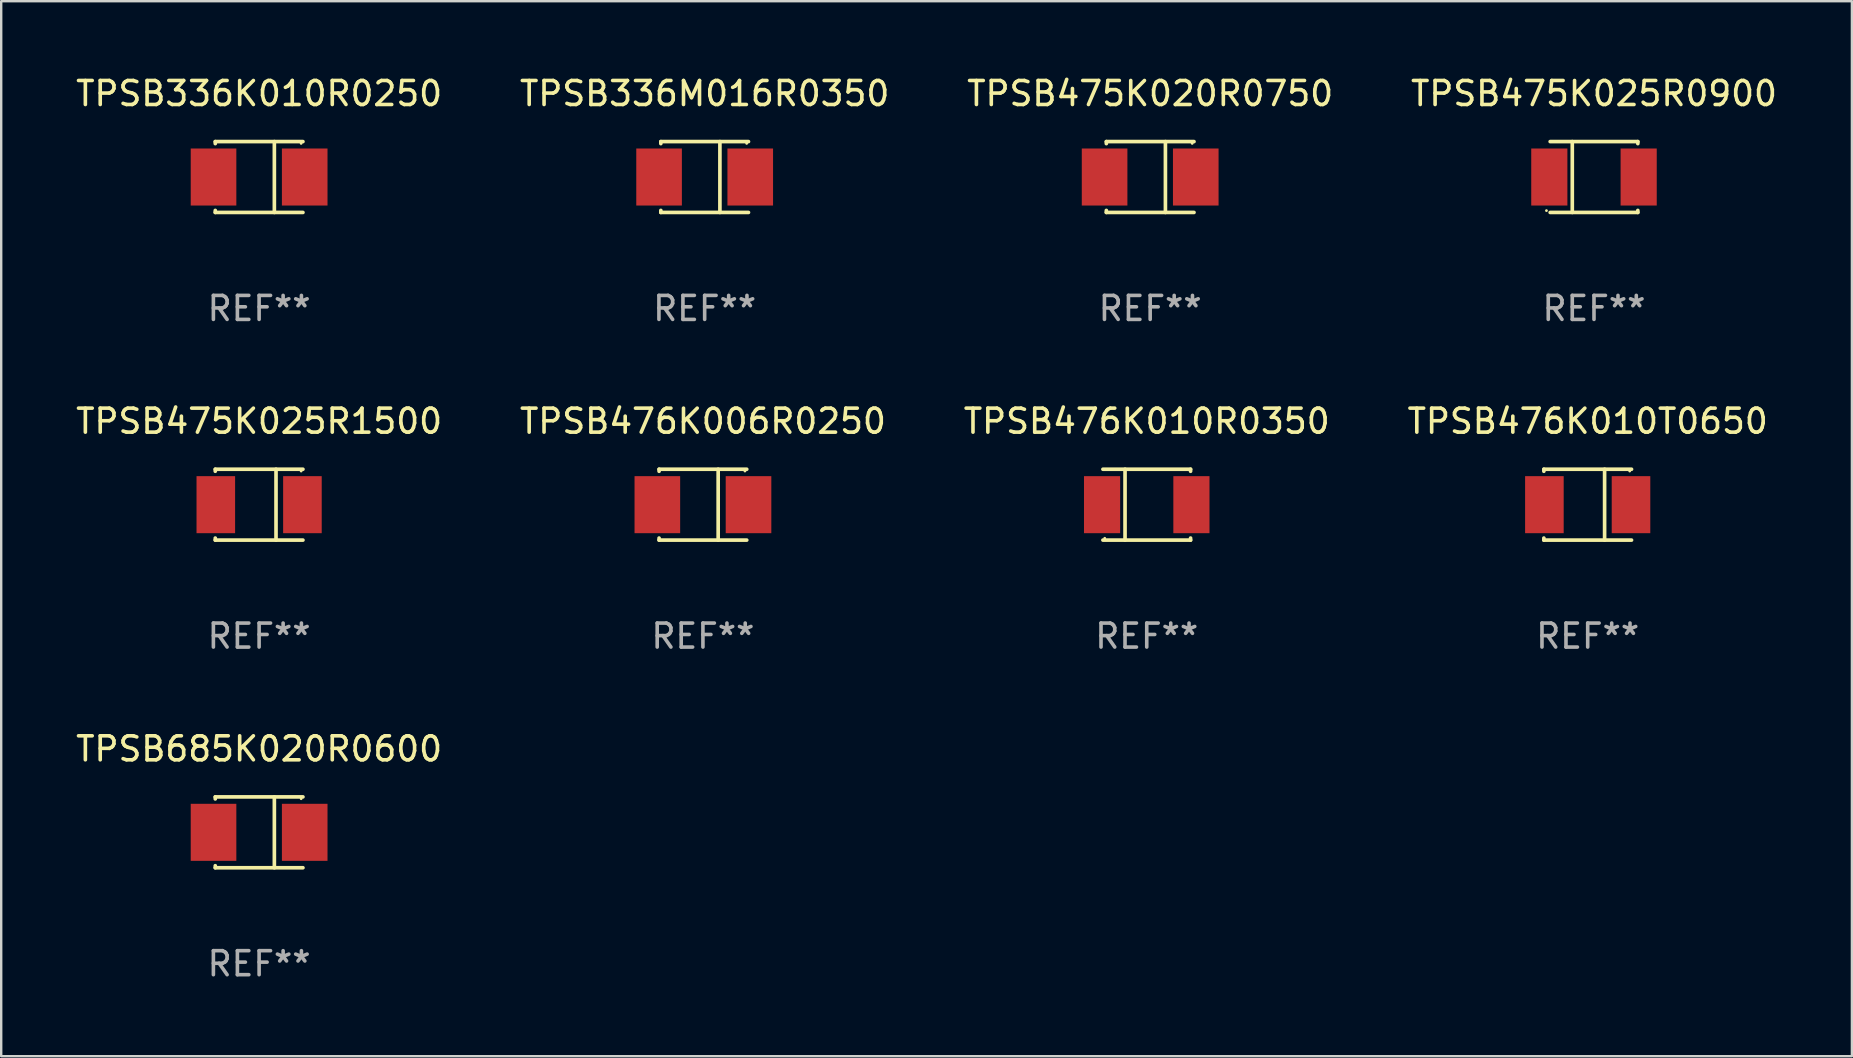
<source format=kicad_pcb>
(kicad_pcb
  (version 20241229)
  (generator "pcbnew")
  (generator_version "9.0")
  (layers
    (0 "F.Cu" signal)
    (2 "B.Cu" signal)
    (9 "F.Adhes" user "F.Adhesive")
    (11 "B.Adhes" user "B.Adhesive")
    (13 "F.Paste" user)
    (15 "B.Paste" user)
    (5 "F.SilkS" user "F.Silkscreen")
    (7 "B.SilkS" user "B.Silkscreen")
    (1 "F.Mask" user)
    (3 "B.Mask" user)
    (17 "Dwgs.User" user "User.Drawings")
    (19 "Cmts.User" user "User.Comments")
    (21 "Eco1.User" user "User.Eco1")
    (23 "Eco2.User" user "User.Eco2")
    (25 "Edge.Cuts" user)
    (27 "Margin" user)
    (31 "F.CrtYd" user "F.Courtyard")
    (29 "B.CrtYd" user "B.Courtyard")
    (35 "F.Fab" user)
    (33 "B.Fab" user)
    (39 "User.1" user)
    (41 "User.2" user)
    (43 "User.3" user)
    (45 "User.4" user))
  (footprint "TPSB336M016R0350"
    (layer "F.Cu")
    (at 26.304 4.324)
    (property "Reference" "TPSB336M016R0350" (at 0 -3.476 0) (layer "F.SilkS") (effects (font (size 1 1) (thickness 0.15))))
    (attr through_hole)
    (fp_line (start -1.826 -1.476) (end -1.826 -1.391) (stroke (width 0.152) (type solid)) (layer "F.SilkS"))
    (fp_line (start -1.826 -1.476) (end 1.826 -1.476) (stroke (width 0.152) (type solid)) (layer "F.SilkS"))
    (fp_line (start -1.826 1.476) (end -1.826 1.391) (stroke (width 0.152) (type solid)) (layer "F.SilkS"))
    (fp_line (start -1.826 1.476) (end 1.826 1.476) (stroke (width 0.152) (type solid)) (layer "F.SilkS"))
    (fp_line (start 0.635 -1.476) (end 0.635 1.476) (stroke (width 0.152) (type solid)) (layer "F.SilkS"))
    (fp_circle (center 1.75 -1.4) (end 1.78 -1.4) (stroke (width 0.06) (type solid)) (fill no) (layer "F.SilkS"))
    (fp_text user "REF**" (at 0 5.476 0) (layer "F.Fab") (effects (font (size 1 1) (thickness 0.15))))
    (pad "1" smd rect (at 1.899 0) (size 1.9 2.376) (layers "F.Cu" "F.Mask" "F.Paste"))
    (pad "2" smd rect (at -1.899 0) (size 1.9 2.376) (layers "F.Cu" "F.Mask" "F.Paste")))
  (footprint "TPSB475K020R0750"
    (layer "F.Cu")
    (at 44.863 4.324)
    (property "Reference" "TPSB475K020R0750" (at 0 -3.476 0) (layer "F.SilkS") (effects (font (size 1 1) (thickness 0.15))))
    (attr through_hole)
    (fp_line (start -1.826 -1.476) (end -1.826 -1.391) (stroke (width 0.152) (type solid)) (layer "F.SilkS"))
    (fp_line (start -1.826 -1.476) (end 1.826 -1.476) (stroke (width 0.152) (type solid)) (layer "F.SilkS"))
    (fp_line (start -1.826 1.476) (end -1.826 1.391) (stroke (width 0.152) (type solid)) (layer "F.SilkS"))
    (fp_line (start -1.826 1.476) (end 1.826 1.476) (stroke (width 0.152) (type solid)) (layer "F.SilkS"))
    (fp_line (start 0.635 -1.476) (end 0.635 1.476) (stroke (width 0.152) (type solid)) (layer "F.SilkS"))
    (fp_circle (center 1.75 -1.4) (end 1.78 -1.4) (stroke (width 0.06) (type solid)) (fill no) (layer "F.SilkS"))
    (fp_text user "REF**" (at 0 5.476 0) (layer "F.Fab") (effects (font (size 1 1) (thickness 0.15))))
    (pad "1" smd rect (at 1.899 0) (size 1.9 2.376) (layers "F.Cu" "F.Mask" "F.Paste"))
    (pad "2" smd rect (at -1.899 0) (size 1.9 2.376) (layers "F.Cu" "F.Mask" "F.Paste")))
  (footprint "TPSB476K006R0250"
    (layer "F.Cu")
    (at 26.232 17.973)
    (property "Reference" "TPSB476K006R0250" (at 0 -3.476 0) (layer "F.SilkS") (effects (font (size 1 1) (thickness 0.15))))
    (attr through_hole)
    (fp_line (start -1.826 -1.476) (end -1.826 -1.391) (stroke (width 0.152) (type solid)) (layer "F.SilkS"))
    (fp_line (start -1.826 -1.476) (end 1.826 -1.476) (stroke (width 0.152) (type solid)) (layer "F.SilkS"))
    (fp_line (start -1.826 1.476) (end -1.826 1.391) (stroke (width 0.152) (type solid)) (layer "F.SilkS"))
    (fp_line (start -1.826 1.476) (end 1.826 1.476) (stroke (width 0.152) (type solid)) (layer "F.SilkS"))
    (fp_line (start 0.635 -1.476) (end 0.635 1.476) (stroke (width 0.152) (type solid)) (layer "F.SilkS"))
    (fp_circle (center 1.75 -1.4) (end 1.78 -1.4) (stroke (width 0.06) (type solid)) (fill no) (layer "F.SilkS"))
    (fp_text user "REF**" (at 0 5.476 0) (layer "F.Fab") (effects (font (size 1 1) (thickness 0.15))))
    (pad "1" smd rect (at 1.899 0) (size 1.9 2.376) (layers "F.Cu" "F.Mask" "F.Paste"))
    (pad "2" smd rect (at -1.899 0) (size 1.9 2.376) (layers "F.Cu" "F.Mask" "F.Paste")))
  (footprint "TPSB476K010R0350"
    (layer "F.Cu")
    (at 44.72 17.973)
    (property "Reference" "TPSB476K010R0350" (at 0 -3.476 0) (layer "F.SilkS") (effects (font (size 1 1) (thickness 0.15))))
    (attr through_hole)
    (fp_line (start -0.904 1.476) (end -0.904 -1.476) (stroke (width 0.152) (type solid)) (layer "F.SilkS"))
    (fp_line (start 1.826 -1.476) (end -1.826 -1.476) (stroke (width 0.152) (type solid)) (layer "F.SilkS"))
    (fp_line (start 1.826 -1.476) (end 1.826 -1.391) (stroke (width 0.152) (type solid)) (layer "F.SilkS"))
    (fp_line (start 1.826 1.476) (end -1.826 1.476) (stroke (width 0.152) (type solid)) (layer "F.SilkS"))
    (fp_line (start 1.826 1.476) (end 1.826 1.391) (stroke (width 0.152) (type solid)) (layer "F.SilkS"))
    (fp_circle (center -1.75 1.4) (end -1.72 1.4) (stroke (width 0.06) (type solid)) (fill no) (layer "F.SilkS"))
    (fp_text user "REF**" (at 0 5.476 0) (layer "F.Fab") (effects (font (size 1 1) (thickness 0.15))))
    (pad "1" smd rect (at -1.861 0.000102 180) (size 1.506 2.376) (layers "F.Cu" "F.Mask" "F.Paste"))
    (pad "2" smd rect (at 1.861 0.000102 180) (size 1.506 2.376) (layers "F.Cu" "F.Mask" "F.Paste")))
  (footprint "TPSB475K025R0900"
    (layer "F.Cu")
    (at 63.351 4.324)
    (property "Reference" "TPSB475K025R0900" (at 0 -3.476 0) (layer "F.SilkS") (effects (font (size 1 1) (thickness 0.15))))
    (attr through_hole)
    (fp_line (start -0.904 1.476) (end -0.904 -1.476) (stroke (width 0.152) (type solid)) (layer "F.SilkS"))
    (fp_line (start 1.826 -1.476) (end -1.826 -1.476) (stroke (width 0.152) (type solid)) (layer "F.SilkS"))
    (fp_line (start 1.826 -1.476) (end 1.826 -1.391) (stroke (width 0.152) (type solid)) (layer "F.SilkS"))
    (fp_line (start 1.826 1.476) (end -1.826 1.476) (stroke (width 0.152) (type solid)) (layer "F.SilkS"))
    (fp_line (start 1.826 1.476) (end 1.826 1.391) (stroke (width 0.152) (type solid)) (layer "F.SilkS"))
    (fp_circle (center -1.98 1.4) (end -1.95 1.4) (stroke (width 0.06) (type solid)) (fill no) (layer "F.SilkS"))
    (fp_text user "REF**" (at 0 5.476 0) (layer "F.Fab") (effects (font (size 1 1) (thickness 0.15))))
    (pad "1" smd rect (at -1.861 0 180) (size 1.506 2.376) (layers "F.Cu" "F.Mask" "F.Paste"))
    (pad "2" smd rect (at 1.861 0 180) (size 1.506 2.376) (layers "F.Cu" "F.Mask" "F.Paste")))
  (footprint "TPSB685K020R0600"
    (layer "F.Cu")
    (at 7.744 31.622)
    (property "Reference" "TPSB685K020R0600" (at 0 -3.476 0) (layer "F.SilkS") (effects (font (size 1 1) (thickness 0.15))))
    (attr through_hole)
    (fp_line (start -1.826 -1.476) (end -1.826 -1.391) (stroke (width 0.152) (type solid)) (layer "F.SilkS"))
    (fp_line (start -1.826 -1.476) (end 1.826 -1.476) (stroke (width 0.152) (type solid)) (layer "F.SilkS"))
    (fp_line (start -1.826 1.476) (end -1.826 1.391) (stroke (width 0.152) (type solid)) (layer "F.SilkS"))
    (fp_line (start -1.826 1.476) (end 1.826 1.476) (stroke (width 0.152) (type solid)) (layer "F.SilkS"))
    (fp_line (start 0.635 -1.476) (end 0.635 1.476) (stroke (width 0.152) (type solid)) (layer "F.SilkS"))
    (fp_circle (center 1.75 -1.4) (end 1.78 -1.4) (stroke (width 0.06) (type solid)) (fill no) (layer "F.SilkS"))
    (fp_text user "REF**" (at 0 5.476 0) (layer "F.Fab") (effects (font (size 1 1) (thickness 0.15))))
    (pad "1" smd rect (at 1.899 0) (size 1.9 2.376) (layers "F.Cu" "F.Mask" "F.Paste"))
    (pad "2" smd rect (at -1.899 0) (size 1.9 2.376) (layers "F.Cu" "F.Mask" "F.Paste")))
  (footprint "TPSB475K025R1500"
    (layer "F.Cu")
    (at 7.744 17.973)
    (property "Reference" "TPSB475K025R1500" (at 0 -3.476 0) (layer "F.SilkS") (effects (font (size 1 1) (thickness 0.15))))
    (attr through_hole)
    (fp_line (start -1.826 -1.476) (end -1.826 -1.391) (stroke (width 0.152) (type solid)) (layer "F.SilkS"))
    (fp_line (start -1.826 -1.476) (end 1.826 -1.476) (stroke (width 0.152) (type solid)) (layer "F.SilkS"))
    (fp_line (start -1.826 1.476) (end -1.826 1.391) (stroke (width 0.152) (type solid)) (layer "F.SilkS"))
    (fp_line (start -1.826 1.476) (end 1.826 1.476) (stroke (width 0.152) (type solid)) (layer "F.SilkS"))
    (fp_line (start 0.704 -1.476) (end 0.704 1.476) (stroke (width 0.152) (type solid)) (layer "F.SilkS"))
    (fp_circle (center 1.75 -1.4) (end 1.78 -1.4) (stroke (width 0.06) (type solid)) (fill no) (layer "F.SilkS"))
    (fp_text user "REF**" (at 0 5.476 0) (layer "F.Fab") (effects (font (size 1 1) (thickness 0.15))))
    (pad "1" smd rect (at 1.804 0) (size 1.607 2.376) (layers "F.Cu" "F.Mask" "F.Paste"))
    (pad "2" smd rect (at -1.804 0) (size 1.607 2.376) (layers "F.Cu" "F.Mask" "F.Paste")))
  (footprint "TPSB476K010T0650"
    (layer "F.Cu")
    (at 63.089 17.973)
    (property "Reference" "TPSB476K010T0650" (at 0 -3.476 0) (layer "F.SilkS") (effects (font (size 1 1) (thickness 0.15))))
    (attr through_hole)
    (fp_line (start -1.826 -1.476) (end -1.826 -1.391) (stroke (width 0.152) (type solid)) (layer "F.SilkS"))
    (fp_line (start -1.826 -1.476) (end 1.826 -1.476) (stroke (width 0.152) (type solid)) (layer "F.SilkS"))
    (fp_line (start -1.826 1.476) (end -1.826 1.391) (stroke (width 0.152) (type solid)) (layer "F.SilkS"))
    (fp_line (start -1.826 1.476) (end 1.826 1.476) (stroke (width 0.152) (type solid)) (layer "F.SilkS"))
    (fp_line (start 0.704 -1.476) (end 0.704 1.476) (stroke (width 0.152) (type solid)) (layer "F.SilkS"))
    (fp_circle (center 1.75 -1.4) (end 1.78 -1.4) (stroke (width 0.06) (type solid)) (fill no) (layer "F.SilkS"))
    (fp_text user "REF**" (at 0 5.476 0) (layer "F.Fab") (effects (font (size 1 1) (thickness 0.15))))
    (pad "1" smd rect (at 1.804 0) (size 1.607 2.376) (layers "F.Cu" "F.Mask" "F.Paste"))
    (pad "2" smd rect (at -1.804 0) (size 1.607 2.376) (layers "F.Cu" "F.Mask" "F.Paste")))
  (footprint "TPSB336K010R0250"
    (layer "F.Cu")
    (at 7.744 4.324)
    (property "Reference" "TPSB336K010R0250" (at 0 -3.476 0) (layer "F.SilkS") (effects (font (size 1 1) (thickness 0.15))))
    (attr through_hole)
    (fp_line (start -1.826 -1.476) (end -1.826 -1.391) (stroke (width 0.152) (type solid)) (layer "F.SilkS"))
    (fp_line (start -1.826 -1.476) (end 1.826 -1.476) (stroke (width 0.152) (type solid)) (layer "F.SilkS"))
    (fp_line (start -1.826 1.476) (end -1.826 1.391) (stroke (width 0.152) (type solid)) (layer "F.SilkS"))
    (fp_line (start -1.826 1.476) (end 1.826 1.476) (stroke (width 0.152) (type solid)) (layer "F.SilkS"))
    (fp_line (start 0.635 -1.476) (end 0.635 1.476) (stroke (width 0.152) (type solid)) (layer "F.SilkS"))
    (fp_circle (center 1.75 -1.4) (end 1.78 -1.4) (stroke (width 0.06) (type solid)) (fill no) (layer "F.SilkS"))
    (fp_text user "REF**" (at 0 5.476 0) (layer "F.Fab") (effects (font (size 1 1) (thickness 0.15))))
    (pad "1" smd rect (at 1.899 0) (size 1.9 2.376) (layers "F.Cu" "F.Mask" "F.Paste"))
    (pad "2" smd rect (at -1.899 0) (size 1.9 2.376) (layers "F.Cu" "F.Mask" "F.Paste")))
  (gr_rect
    (start -3 -3)
    (end 74.095 40.947)
    (stroke (width 0.1) (type default))
    (fill no)
    (layer "Edge.Cuts")))
</source>
